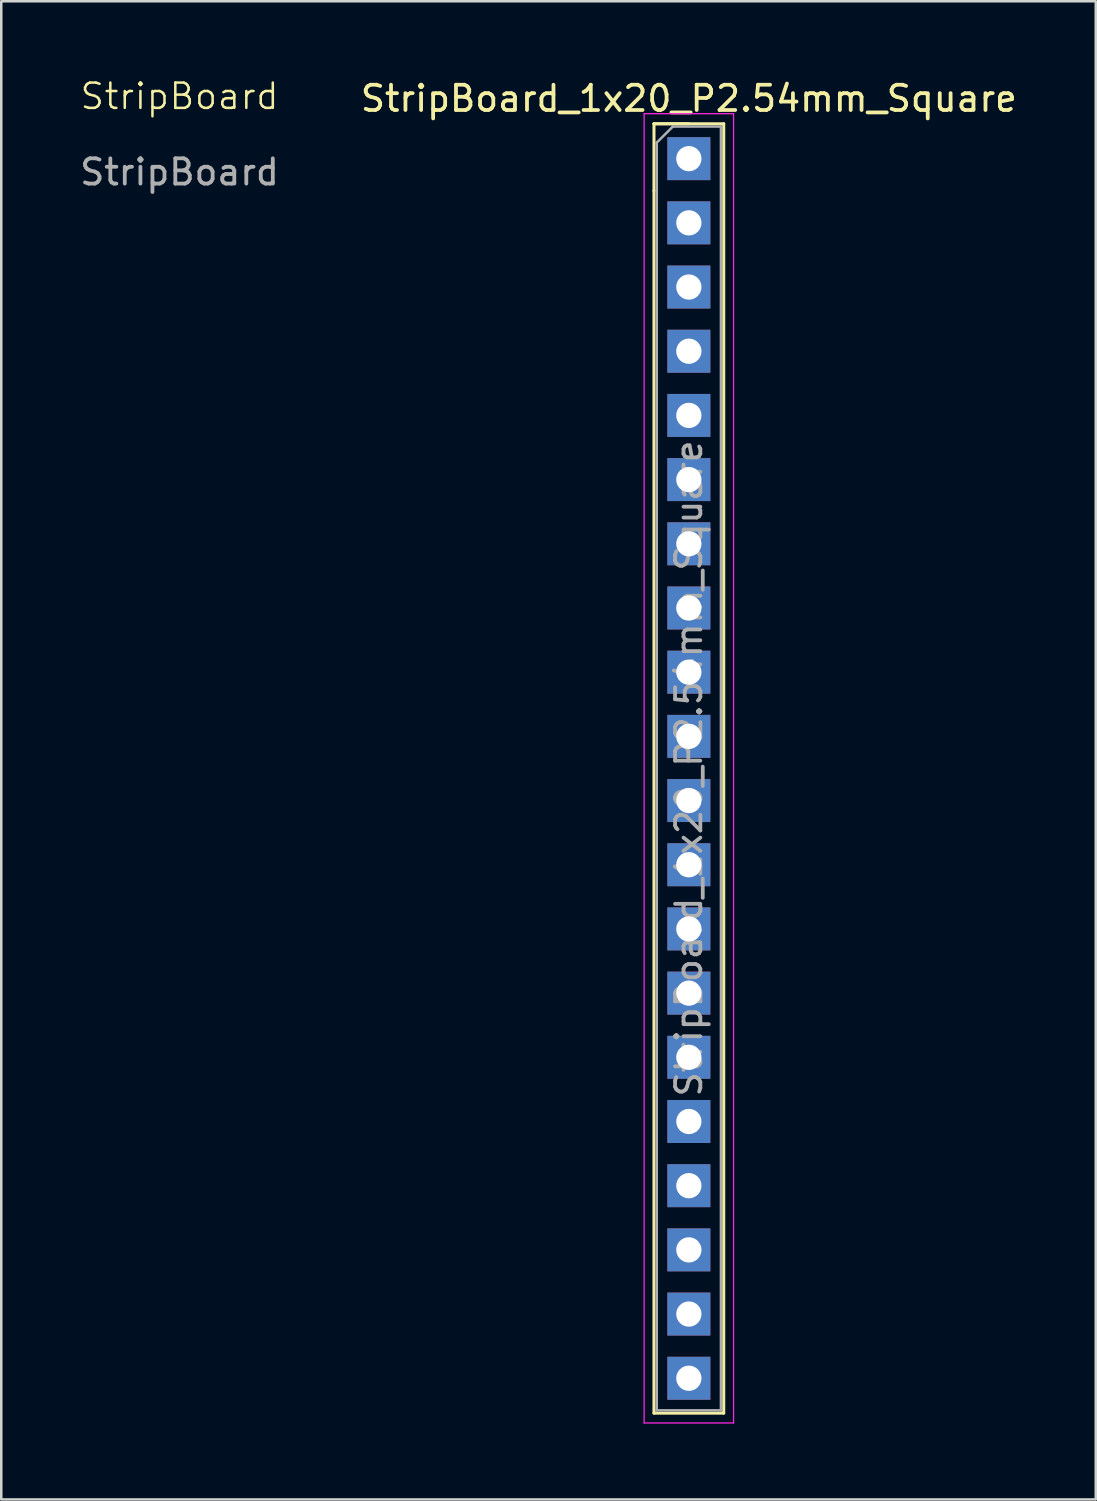
<source format=kicad_pcb>
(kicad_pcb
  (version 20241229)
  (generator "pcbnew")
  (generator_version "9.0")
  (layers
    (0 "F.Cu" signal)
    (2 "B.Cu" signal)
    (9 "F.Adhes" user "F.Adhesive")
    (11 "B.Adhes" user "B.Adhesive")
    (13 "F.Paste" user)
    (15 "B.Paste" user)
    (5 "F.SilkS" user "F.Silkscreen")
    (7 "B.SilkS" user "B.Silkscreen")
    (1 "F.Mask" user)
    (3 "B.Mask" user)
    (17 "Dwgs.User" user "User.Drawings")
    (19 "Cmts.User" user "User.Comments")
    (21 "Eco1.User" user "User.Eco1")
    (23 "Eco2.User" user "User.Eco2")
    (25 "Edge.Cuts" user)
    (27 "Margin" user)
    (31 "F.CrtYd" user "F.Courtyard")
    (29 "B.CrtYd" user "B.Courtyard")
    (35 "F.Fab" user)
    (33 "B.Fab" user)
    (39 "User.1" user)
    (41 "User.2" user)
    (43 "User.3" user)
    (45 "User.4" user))
  (footprint "StripBoard"
    (layer "F.Cu")
    (at 4.054 1.26)
    (property "Reference" "StripBoard" (at 0 -0.5 0) (unlocked yes) (layer "F.SilkS") (effects (font (size 1 1) (thickness 0.1))))
    (attr smd)
    (fp_text user "${REFERENCE}" (at 0 2.5 0) (unlocked yes) (layer "F.Fab") (effects (font (size 1 1) (thickness 0.15)))))
  (footprint "StripBoard_1x20_P2.54mm_Square"
    (layer "F.Cu")
    (at 24.208 3.228)
    (property "Reference" "StripBoard_1x20_P2.54mm_Square" (at 0 -2.38 0) (layer "F.SilkS") (effects (font (size 1 1) (thickness 0.15))))
    (attr through_hole)
    (fp_line (start -1.38 -1.38) (end 0 -1.38) (stroke (width 0.12) (type solid)) (layer "F.SilkS"))
    (fp_line (start -1.38 -1.38) (end 1.38 -1.38) (stroke (width 0.12) (type solid)) (layer "F.SilkS"))
    (fp_line (start -1.38 1.27) (end -1.38 -1.38) (stroke (width 0.12) (type solid)) (layer "F.SilkS"))
    (fp_line (start -1.38 1.27) (end -1.38 49.64) (stroke (width 0.12) (type solid)) (layer "F.SilkS"))
    (fp_line (start -1.38 49.64) (end 1.38 49.64) (stroke (width 0.12) (type solid)) (layer "F.SilkS"))
    (fp_line (start 1.38 -1.38) (end 1.38 49.64) (stroke (width 0.12) (type solid)) (layer "F.SilkS"))
    (fp_line (start -1.77 -1.78) (end -1.77 50.03) (stroke (width 0.05) (type solid)) (layer "F.CrtYd"))
    (fp_line (start -1.77 50.03) (end 1.77 50.03) (stroke (width 0.05) (type solid)) (layer "F.CrtYd"))
    (fp_line (start 1.77 -1.78) (end -1.77 -1.78) (stroke (width 0.05) (type solid)) (layer "F.CrtYd"))
    (fp_line (start 1.77 50.03) (end 1.77 -1.78) (stroke (width 0.05) (type solid)) (layer "F.CrtYd"))
    (fp_line (start -1.27 -0.635) (end -0.635 -1.27) (stroke (width 0.1) (type solid)) (layer "F.Fab"))
    (fp_line (start -1.27 49.53) (end -1.27 -0.635) (stroke (width 0.1) (type solid)) (layer "F.Fab"))
    (fp_line (start -0.635 -1.27) (end 1.27 -1.27) (stroke (width 0.1) (type solid)) (layer "F.Fab"))
    (fp_line (start 1.27 -1.27) (end 1.27 49.53) (stroke (width 0.1) (type solid)) (layer "F.Fab"))
    (fp_line (start 1.27 49.53) (end -1.27 49.53) (stroke (width 0.1) (type solid)) (layer "F.Fab"))
    (fp_text user "${REFERENCE}" (at 0 24.13 90) (layer "F.Fab") (effects (font (size 1 1) (thickness 0.15))))
    (pad "1" thru_hole rect (at 0 0) (size 1.7 1.7) (drill 1) (layers "*.Cu" "*.Mask"))
    (pad "2" thru_hole rect (at 0 2.54) (size 1.7 1.7) (drill 1) (layers "*.Cu" "*.Mask"))
    (pad "3" thru_hole rect (at 0 5.08) (size 1.7 1.7) (drill 1) (layers "*.Cu" "*.Mask"))
    (pad "4" thru_hole rect (at 0 7.62) (size 1.7 1.7) (drill 1) (layers "*.Cu" "*.Mask"))
    (pad "5" thru_hole rect (at 0 10.16) (size 1.7 1.7) (drill 1) (layers "*.Cu" "*.Mask"))
    (pad "6" thru_hole rect (at 0 12.7) (size 1.7 1.7) (drill 1) (layers "*.Cu" "*.Mask"))
    (pad "7" thru_hole rect (at 0 15.24) (size 1.7 1.7) (drill 1) (layers "*.Cu" "*.Mask"))
    (pad "8" thru_hole rect (at 0 17.78) (size 1.7 1.7) (drill 1) (layers "*.Cu" "*.Mask"))
    (pad "9" thru_hole rect (at 0 20.32) (size 1.7 1.7) (drill 1) (layers "*.Cu" "*.Mask"))
    (pad "10" thru_hole rect (at 0 22.86) (size 1.7 1.7) (drill 1) (layers "*.Cu" "*.Mask"))
    (pad "11" thru_hole rect (at 0 25.4) (size 1.7 1.7) (drill 1) (layers "*.Cu" "*.Mask"))
    (pad "12" thru_hole rect (at 0 27.94) (size 1.7 1.7) (drill 1) (layers "*.Cu" "*.Mask"))
    (pad "13" thru_hole rect (at 0 30.48) (size 1.7 1.7) (drill 1) (layers "*.Cu" "*.Mask"))
    (pad "14" thru_hole rect (at 0 33.02) (size 1.7 1.7) (drill 1) (layers "*.Cu" "*.Mask"))
    (pad "15" thru_hole rect (at 0 35.56) (size 1.7 1.7) (drill 1) (layers "*.Cu" "*.Mask"))
    (pad "16" thru_hole rect (at 0 38.1) (size 1.7 1.7) (drill 1) (layers "*.Cu" "*.Mask"))
    (pad "17" thru_hole rect (at 0 40.64) (size 1.7 1.7) (drill 1) (layers "*.Cu" "*.Mask"))
    (pad "18" thru_hole rect (at 0 43.18) (size 1.7 1.7) (drill 1) (layers "*.Cu" "*.Mask"))
    (pad "19" thru_hole rect (at 0 45.72) (size 1.7 1.7) (drill 1) (layers "*.Cu" "*.Mask"))
    (pad "20" thru_hole rect (at 0 48.26) (size 1.7 1.7) (drill 1) (layers "*.Cu" "*.Mask")))
  (gr_rect
    (start -3 -3)
    (end 40.31 56.283)
    (stroke (width 0.1) (type default))
    (fill no)
    (layer "Edge.Cuts")))
</source>
